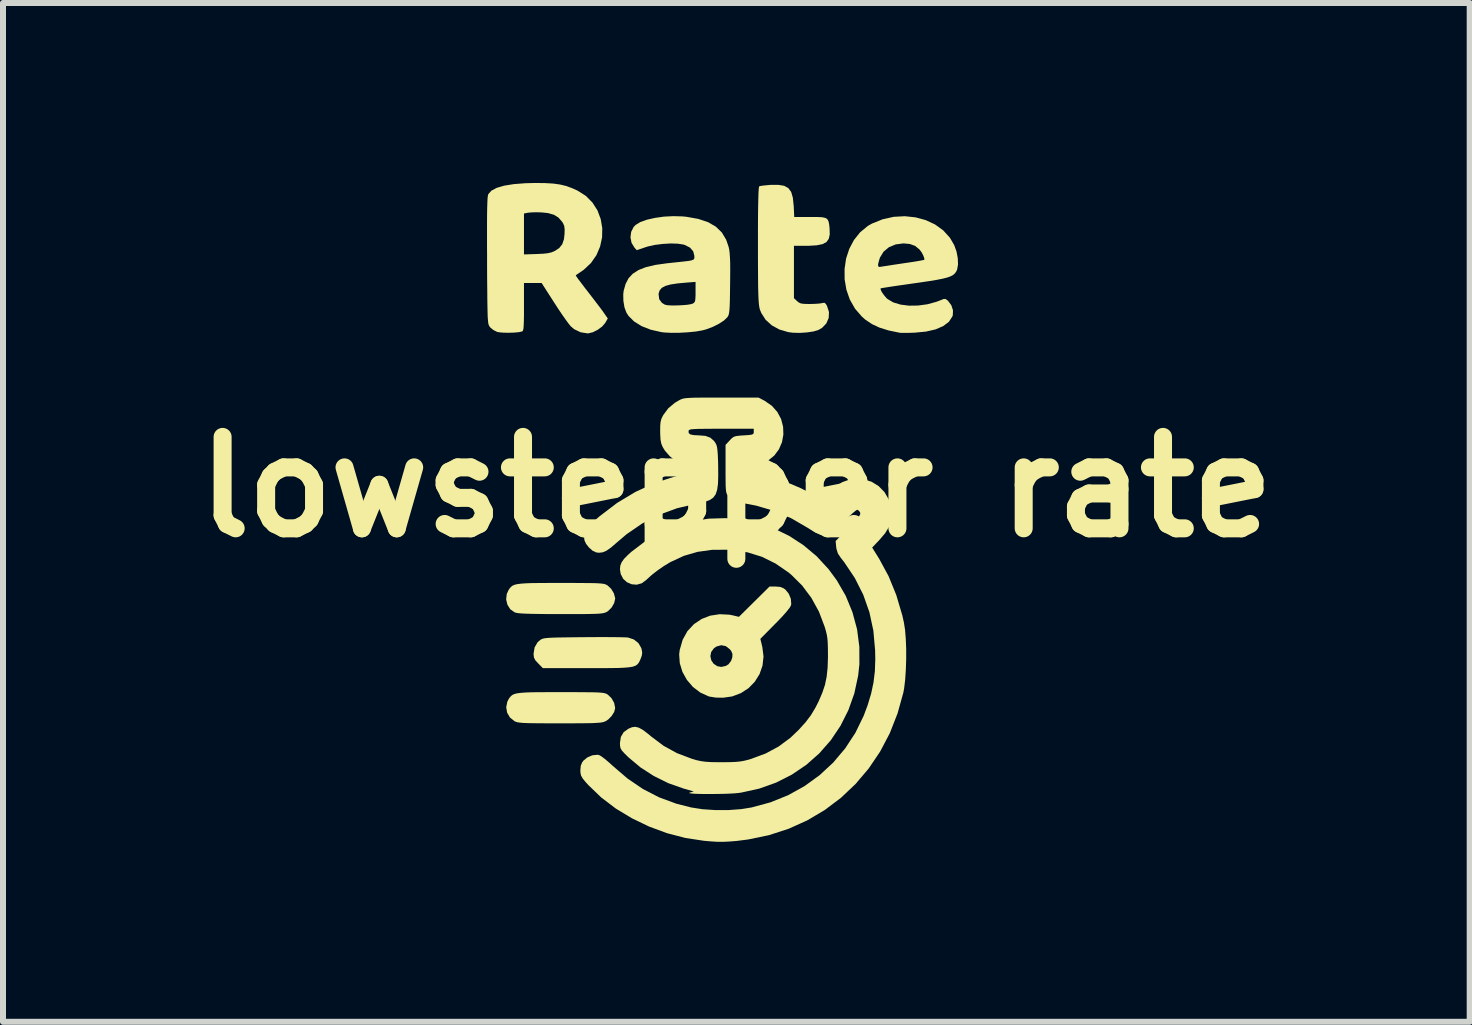
<source format=kicad_pcb>
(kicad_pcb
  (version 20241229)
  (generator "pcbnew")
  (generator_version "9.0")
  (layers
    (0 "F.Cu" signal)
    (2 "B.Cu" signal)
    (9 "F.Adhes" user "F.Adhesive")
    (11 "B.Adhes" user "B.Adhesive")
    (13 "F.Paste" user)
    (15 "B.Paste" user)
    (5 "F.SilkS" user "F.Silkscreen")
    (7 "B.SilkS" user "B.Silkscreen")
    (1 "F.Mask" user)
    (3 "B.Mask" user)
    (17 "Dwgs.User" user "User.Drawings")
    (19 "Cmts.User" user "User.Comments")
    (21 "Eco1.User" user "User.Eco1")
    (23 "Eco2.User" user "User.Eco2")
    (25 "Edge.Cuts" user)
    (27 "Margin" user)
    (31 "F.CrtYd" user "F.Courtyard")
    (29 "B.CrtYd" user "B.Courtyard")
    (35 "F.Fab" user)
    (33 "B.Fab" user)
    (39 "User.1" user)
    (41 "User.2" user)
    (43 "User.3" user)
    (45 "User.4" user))
  (footprint "lowstepper rate"
    (layer "F.Cu")
    (at 9.224 5.067)
    (property "Reference" "lowstepper rate" (at 0 0 0) (layer "F.SilkS") (effects (font (size 1.524 1.524) (thickness 0.3))))
    (attr board_only exclude_from_pos_files exclude_from_bom)
    (fp_poly (pts (xy -2.095 2.503) (xy -1.977 2.504) (xy -1.885 2.506) (xy -1.824 2.508) (xy -1.805 2.51) (xy -1.709 2.542) (xy -1.632 2.603) (xy -1.584 2.686) (xy -1.58 2.702) (xy -1.569 2.76) (xy -1.576 2.812) (xy -1.597 2.869) (xy -1.614 2.906) (xy -1.631 2.936) (xy -1.653 2.961) (xy -1.682 2.98) (xy -1.724 2.995) (xy -1.781 3.005) (xy -1.857 3.012) (xy -1.958 3.017) (xy -2.086 3.019) (xy -2.245 3.02) (xy -2.439 3.02) (xy -3.225 3.02) (xy -3.302 2.942) (xy -3.35 2.89) (xy -3.373 2.845) (xy -3.38 2.791) (xy -3.38 2.781) (xy -3.363 2.675) (xy -3.314 2.59) (xy -3.266 2.548) (xy -3.248 2.538) (xy -3.226 2.529) (xy -3.194 2.522) (xy -3.15 2.517) (xy -3.087 2.513) (xy -3.003 2.51) (xy -2.892 2.508) (xy -2.75 2.506) (xy -2.573 2.504) (xy -2.55 2.504) (xy -2.387 2.503) (xy -2.234 2.502)) (stroke (width 0) (type solid)) (fill yes) (layer "F.SilkS"))
    (fp_poly (pts (xy -2.74 1.6) (xy -2.587 1.601) (xy -2.466 1.602) (xy -2.373 1.603) (xy -2.302 1.606) (xy -2.25 1.61) (xy -2.213 1.615) (xy -2.186 1.622) (xy -2.165 1.631) (xy -2.149 1.64) (xy -2.087 1.697) (xy -2.041 1.774) (xy -2.02 1.854) (xy -2.02 1.863) (xy -2.037 1.937) (xy -2.08 2.011) (xy -2.14 2.07) (xy -2.161 2.083) (xy -2.182 2.093) (xy -2.208 2.101) (xy -2.242 2.107) (xy -2.289 2.112) (xy -2.354 2.115) (xy -2.44 2.117) (xy -2.552 2.119) (xy -2.694 2.119) (xy -2.871 2.119) (xy -2.93 2.119) (xy -3.126 2.119) (xy -3.286 2.117) (xy -3.414 2.115) (xy -3.513 2.112) (xy -3.588 2.108) (xy -3.641 2.103) (xy -3.677 2.096) (xy -3.695 2.09) (xy -3.768 2.039) (xy -3.816 1.963) (xy -3.837 1.875) (xy -3.827 1.784) (xy -3.801 1.726) (xy -3.781 1.694) (xy -3.76 1.669) (xy -3.735 1.648) (xy -3.701 1.632) (xy -3.655 1.62) (xy -3.592 1.612) (xy -3.509 1.606) (xy -3.4 1.602) (xy -3.263 1.601) (xy -3.094 1.6) (xy -2.928 1.6)) (stroke (width 0) (type solid)) (fill yes) (layer "F.SilkS"))
    (fp_poly (pts (xy -2.737 3.42) (xy -2.584 3.421) (xy -2.463 3.422) (xy -2.369 3.423) (xy -2.298 3.426) (xy -2.246 3.43) (xy -2.208 3.435) (xy -2.181 3.442) (xy -2.16 3.451) (xy -2.144 3.461) (xy -2.082 3.519) (xy -2.037 3.599) (xy -2.02 3.685) (xy -2.02 3.686) (xy -2.036 3.75) (xy -2.079 3.818) (xy -2.137 3.877) (xy -2.18 3.905) (xy -2.203 3.914) (xy -2.23 3.922) (xy -2.268 3.928) (xy -2.32 3.932) (xy -2.391 3.936) (xy -2.485 3.938) (xy -2.605 3.939) (xy -2.758 3.94) (xy -2.94 3.94) (xy -3.127 3.94) (xy -3.277 3.939) (xy -3.396 3.938) (xy -3.488 3.936) (xy -3.558 3.933) (xy -3.609 3.928) (xy -3.646 3.923) (xy -3.673 3.915) (xy -3.695 3.906) (xy -3.699 3.903) (xy -3.774 3.843) (xy -3.821 3.762) (xy -3.836 3.672) (xy -3.818 3.581) (xy -3.801 3.546) (xy -3.781 3.514) (xy -3.76 3.489) (xy -3.735 3.468) (xy -3.702 3.452) (xy -3.655 3.44) (xy -3.593 3.432) (xy -3.509 3.426) (xy -3.401 3.422) (xy -3.265 3.421) (xy -3.096 3.42) (xy -2.926 3.42)) (stroke (width 0) (type solid)) (fill yes) (layer "F.SilkS"))
    (fp_poly (pts (xy 0.73 1.666) (xy 0.784 1.687) (xy 0.818 1.711) (xy 0.873 1.779) (xy 0.908 1.863) (xy 0.915 1.948) (xy 0.911 1.973) (xy 0.891 2.01) (xy 0.844 2.07) (xy 0.775 2.149) (xy 0.685 2.244) (xy 0.648 2.281) (xy 0.4 2.532) (xy 0.433 2.668) (xy 0.453 2.826) (xy 0.436 2.978) (xy 0.387 3.119) (xy 0.308 3.246) (xy 0.203 3.354) (xy 0.075 3.437) (xy -0.071 3.492) (xy -0.22 3.513) (xy -0.341 3.511) (xy -0.443 3.495) (xy -0.463 3.49) (xy -0.603 3.426) (xy -0.725 3.332) (xy -0.825 3.215) (xy -0.899 3.082) (xy -0.943 2.937) (xy -0.951 2.82) (xy -0.433 2.82) (xy -0.418 2.889) (xy -0.378 2.948) (xy -0.316 2.988) (xy -0.25 3) (xy -0.173 2.982) (xy -0.13 2.955) (xy -0.087 2.898) (xy -0.067 2.839) (xy -0.065 2.783) (xy -0.085 2.736) (xy -0.11 2.704) (xy -0.176 2.653) (xy -0.252 2.638) (xy -0.33 2.659) (xy -0.373 2.688) (xy -0.419 2.75) (xy -0.433 2.82) (xy -0.951 2.82) (xy -0.953 2.789) (xy -0.944 2.717) (xy -0.895 2.547) (xy -0.816 2.404) (xy -0.707 2.287) (xy -0.578 2.2) (xy -0.435 2.145) (xy -0.277 2.121) (xy -0.117 2.129) (xy -0.06 2.14) (xy 0.043 2.165) (xy 0.553 1.66) (xy 0.655 1.66)) (stroke (width 0) (type solid)) (fill yes) (layer "F.SilkS"))
    (fp_poly (pts (xy 0.797 -5.02) (xy 0.867 -4.981) (xy 0.914 -4.917) (xy 0.942 -4.821) (xy 0.955 -4.692) (xy 0.956 -4.689) (xy 0.965 -4.5) (xy 1.232 -4.5) (xy 1.348 -4.5) (xy 1.43 -4.496) (xy 1.485 -4.484) (xy 1.518 -4.462) (xy 1.537 -4.426) (xy 1.548 -4.37) (xy 1.554 -4.309) (xy 1.557 -4.211) (xy 1.541 -4.137) (xy 1.503 -4.083) (xy 1.437 -4.048) (xy 1.341 -4.028) (xy 1.21 -4.02) (xy 1.171 -4.02) (xy 0.96 -4.02) (xy 0.96 -3.147) (xy 1.012 -3.098) (xy 1.042 -3.074) (xy 1.076 -3.059) (xy 1.125 -3.052) (xy 1.2 -3.05) (xy 1.227 -3.05) (xy 1.309 -3.052) (xy 1.381 -3.057) (xy 1.428 -3.064) (xy 1.434 -3.066) (xy 1.467 -3.071) (xy 1.492 -3.051) (xy 1.512 -3.016) (xy 1.544 -2.915) (xy 1.539 -2.816) (xy 1.5 -2.726) (xy 1.429 -2.652) (xy 1.368 -2.617) (xy 1.286 -2.592) (xy 1.178 -2.576) (xy 1.059 -2.568) (xy 0.942 -2.571) (xy 0.865 -2.581) (xy 0.718 -2.624) (xy 0.59 -2.694) (xy 0.487 -2.788) (xy 0.415 -2.901) (xy 0.391 -2.962) (xy 0.384 -2.992) (xy 0.378 -3.031) (xy 0.373 -3.081) (xy 0.369 -3.146) (xy 0.366 -3.231) (xy 0.363 -3.339) (xy 0.362 -3.472) (xy 0.361 -3.635) (xy 0.36 -3.832) (xy 0.36 -4.032) (xy 0.36 -4.28) (xy 0.361 -4.489) (xy 0.363 -4.661) (xy 0.366 -4.797) (xy 0.369 -4.899) (xy 0.373 -4.967) (xy 0.378 -5.004) (xy 0.382 -5.011) (xy 0.411 -5.019) (xy 0.469 -5.026) (xy 0.545 -5.033) (xy 0.567 -5.035) (xy 0.698 -5.036)) (stroke (width 0) (type solid)) (fill yes) (layer "F.SilkS"))
    (fp_poly (pts (xy 2.987 -4.494) (xy 3.157 -4.448) (xy 3.313 -4.375) (xy 3.448 -4.277) (xy 3.56 -4.154) (xy 3.632 -4.03) (xy 3.67 -3.924) (xy 3.691 -3.813) (xy 3.695 -3.709) (xy 3.68 -3.623) (xy 3.663 -3.587) (xy 3.641 -3.558) (xy 3.612 -3.533) (xy 3.571 -3.511) (xy 3.516 -3.491) (xy 3.44 -3.472) (xy 3.34 -3.452) (xy 3.212 -3.431) (xy 3.051 -3.407) (xy 2.93 -3.39) (xy 2.791 -3.37) (xy 2.665 -3.352) (xy 2.558 -3.336) (xy 2.476 -3.323) (xy 2.422 -3.314) (xy 2.404 -3.31) (xy 2.406 -3.287) (xy 2.427 -3.245) (xy 2.462 -3.196) (xy 2.501 -3.15) (xy 2.52 -3.133) (xy 2.614 -3.077) (xy 2.736 -3.04) (xy 2.876 -3.022) (xy 3.028 -3.024) (xy 3.184 -3.045) (xy 3.334 -3.086) (xy 3.405 -3.113) (xy 3.455 -3.133) (xy 3.485 -3.134) (xy 3.515 -3.114) (xy 3.531 -3.099) (xy 3.584 -3.028) (xy 3.611 -2.944) (xy 3.608 -2.862) (xy 3.6 -2.841) (xy 3.543 -2.753) (xy 3.449 -2.682) (xy 3.322 -2.627) (xy 3.163 -2.59) (xy 2.975 -2.572) (xy 2.883 -2.569) (xy 2.801 -2.568) (xy 2.741 -2.569) (xy 2.72 -2.571) (xy 2.537 -2.609) (xy 2.386 -2.656) (xy 2.26 -2.715) (xy 2.15 -2.789) (xy 2.093 -2.839) (xy 1.977 -2.973) (xy 1.891 -3.125) (xy 1.834 -3.289) (xy 1.805 -3.461) (xy 1.804 -3.635) (xy 1.811 -3.681) (xy 2.363 -3.681) (xy 2.379 -3.668) (xy 2.415 -3.671) (xy 2.415 -3.671) (xy 2.453 -3.678) (xy 2.523 -3.688) (xy 2.616 -3.703) (xy 2.724 -3.719) (xy 2.797 -3.73) (xy 2.907 -3.746) (xy 3.002 -3.761) (xy 3.076 -3.774) (xy 3.121 -3.783) (xy 3.133 -3.786) (xy 3.133 -3.811) (xy 3.117 -3.856) (xy 3.09 -3.908) (xy 3.058 -3.952) (xy 3.054 -3.957) (xy 2.98 -4.018) (xy 2.892 -4.05) (xy 2.786 -4.06) (xy 2.655 -4.043) (xy 2.543 -3.996) (xy 2.454 -3.922) (xy 2.394 -3.824) (xy 2.381 -3.784) (xy 2.364 -3.718) (xy 2.363 -3.681) (xy 1.811 -3.681) (xy 1.829 -3.806) (xy 1.882 -3.968) (xy 1.96 -4.116) (xy 2.064 -4.246) (xy 2.192 -4.351) (xy 2.26 -4.39) (xy 2.439 -4.462) (xy 2.623 -4.503) (xy 2.808 -4.513)) (stroke (width 0) (type solid)) (fill yes) (layer "F.SilkS"))
    (fp_poly (pts (xy -0.898 -4.51) (xy -0.829 -4.503) (xy -0.634 -4.468) (xy -0.472 -4.414) (xy -0.342 -4.339) (xy -0.242 -4.242) (xy -0.17 -4.122) (xy -0.13 -4.006) (xy -0.119 -3.958) (xy -0.112 -3.902) (xy -0.107 -3.832) (xy -0.103 -3.743) (xy -0.102 -3.628) (xy -0.103 -3.483) (xy -0.104 -3.382) (xy -0.106 -3.227) (xy -0.108 -3.107) (xy -0.111 -3.016) (xy -0.115 -2.95) (xy -0.121 -2.904) (xy -0.128 -2.871) (xy -0.138 -2.848) (xy -0.15 -2.829) (xy -0.151 -2.828) (xy -0.207 -2.774) (xy -0.292 -2.719) (xy -0.394 -2.668) (xy -0.503 -2.627) (xy -0.566 -2.61) (xy -0.675 -2.591) (xy -0.807 -2.578) (xy -0.948 -2.57) (xy -1.084 -2.569) (xy -1.202 -2.575) (xy -1.249 -2.581) (xy -1.427 -2.621) (xy -1.58 -2.681) (xy -1.705 -2.759) (xy -1.798 -2.852) (xy -1.833 -2.907) (xy -1.865 -2.994) (xy -1.883 -3.102) (xy -1.885 -3.211) (xy -1.885 -3.211) (xy -1.296 -3.211) (xy -1.286 -3.13) (xy -1.24 -3.068) (xy -1.19 -3.038) (xy -1.147 -3.029) (xy -1.076 -3.025) (xy -0.989 -3.026) (xy -0.898 -3.03) (xy -0.815 -3.037) (xy -0.752 -3.048) (xy -0.725 -3.057) (xy -0.703 -3.072) (xy -0.689 -3.095) (xy -0.683 -3.135) (xy -0.68 -3.201) (xy -0.68 -3.25) (xy -0.68 -3.418) (xy -0.825 -3.407) (xy -0.979 -3.393) (xy -1.097 -3.375) (xy -1.183 -3.351) (xy -1.242 -3.319) (xy -1.278 -3.278) (xy -1.295 -3.226) (xy -1.296 -3.211) (xy -1.885 -3.211) (xy -1.879 -3.267) (xy -1.847 -3.382) (xy -1.798 -3.477) (xy -1.727 -3.554) (xy -1.631 -3.616) (xy -1.507 -3.664) (xy -1.351 -3.701) (xy -1.159 -3.728) (xy -1.121 -3.732) (xy -0.982 -3.747) (xy -0.877 -3.758) (xy -0.801 -3.767) (xy -0.751 -3.776) (xy -0.721 -3.787) (xy -0.705 -3.799) (xy -0.7 -3.816) (xy -0.7 -3.838) (xy -0.7 -3.852) (xy -0.719 -3.928) (xy -0.773 -3.99) (xy -0.86 -4.034) (xy -0.883 -4.041) (xy -0.976 -4.055) (xy -1.094 -4.059) (xy -1.225 -4.051) (xy -1.356 -4.035) (xy -1.474 -4.009) (xy -1.515 -3.996) (xy -1.66 -3.947) (xy -1.698 -3.989) (xy -1.747 -4.069) (xy -1.765 -4.161) (xy -1.753 -4.253) (xy -1.711 -4.335) (xy -1.678 -4.368) (xy -1.6 -4.416) (xy -1.49 -4.455) (xy -1.356 -4.485) (xy -1.208 -4.506) (xy -1.052 -4.514)) (stroke (width 0) (type solid)) (fill yes) (layer "F.SilkS"))
    (fp_poly (pts (xy -3.185 -5.065) (xy -3.05 -5.057) (xy -2.937 -5.041) (xy -2.834 -5.016) (xy -2.734 -4.979) (xy -2.648 -4.94) (xy -2.509 -4.852) (xy -2.398 -4.74) (xy -2.315 -4.61) (xy -2.261 -4.466) (xy -2.235 -4.315) (xy -2.238 -4.16) (xy -2.271 -4.008) (xy -2.332 -3.864) (xy -2.424 -3.732) (xy -2.545 -3.619) (xy -2.578 -3.596) (xy -2.63 -3.561) (xy -2.666 -3.536) (xy -2.677 -3.528) (xy -2.668 -3.511) (xy -2.638 -3.468) (xy -2.59 -3.405) (xy -2.53 -3.325) (xy -2.476 -3.256) (xy -2.402 -3.16) (xy -2.331 -3.067) (xy -2.269 -2.986) (xy -2.223 -2.924) (xy -2.206 -2.899) (xy -2.143 -2.808) (xy -2.186 -2.734) (xy -2.236 -2.675) (xy -2.31 -2.62) (xy -2.392 -2.579) (xy -2.469 -2.56) (xy -2.479 -2.56) (xy -2.595 -2.578) (xy -2.702 -2.629) (xy -2.76 -2.678) (xy -2.793 -2.718) (xy -2.843 -2.786) (xy -2.904 -2.873) (xy -2.972 -2.974) (xy -3.038 -3.076) (xy -3.246 -3.4) (xy -3.54 -3.4) (xy -3.54 -3.002) (xy -3.54 -2.864) (xy -3.542 -2.761) (xy -3.545 -2.687) (xy -3.549 -2.638) (xy -3.556 -2.61) (xy -3.565 -2.595) (xy -3.571 -2.593) (xy -3.625 -2.58) (xy -3.706 -2.573) (xy -3.798 -2.57) (xy -3.887 -2.572) (xy -3.96 -2.579) (xy -3.988 -2.585) (xy -4.05 -2.616) (xy -4.102 -2.659) (xy -4.108 -2.666) (xy -4.117 -2.68) (xy -4.125 -2.695) (xy -4.132 -2.715) (xy -4.137 -2.744) (xy -4.141 -2.786) (xy -4.145 -2.842) (xy -4.147 -2.917) (xy -4.149 -3.014) (xy -4.151 -3.136) (xy -4.152 -3.288) (xy -4.154 -3.471) (xy -4.155 -3.69) (xy -4.155 -3.776) (xy -4.155 -3.876) (xy -3.54 -3.876) (xy -3.325 -3.883) (xy -3.217 -3.888) (xy -3.138 -3.897) (xy -3.08 -3.911) (xy -3.032 -3.931) (xy -3.031 -3.931) (xy -2.952 -3.983) (xy -2.902 -4.046) (xy -2.874 -4.128) (xy -2.864 -4.216) (xy -2.862 -4.294) (xy -2.868 -4.347) (xy -2.886 -4.391) (xy -2.903 -4.419) (xy -2.965 -4.49) (xy -3.04 -4.537) (xy -3.139 -4.565) (xy -3.241 -4.576) (xy -3.327 -4.579) (xy -3.408 -4.577) (xy -3.465 -4.572) (xy -3.469 -4.572) (xy -3.54 -4.558) (xy -3.54 -3.876) (xy -4.155 -3.876) (xy -4.156 -4.022) (xy -4.156 -4.231) (xy -4.156 -4.405) (xy -4.155 -4.547) (xy -4.153 -4.66) (xy -4.15 -4.747) (xy -4.147 -4.81) (xy -4.142 -4.852) (xy -4.136 -4.877) (xy -4.135 -4.88) (xy -4.084 -4.938) (xy -3.996 -4.985) (xy -3.871 -5.022) (xy -3.71 -5.048) (xy -3.516 -5.063) (xy -3.35 -5.067)) (stroke (width 0) (type solid)) (fill yes) (layer "F.SilkS"))
    (fp_poly (pts (xy 0.095 0.545) (xy 0.366 0.603) (xy 0.629 0.693) (xy 0.881 0.816) (xy 1.118 0.97) (xy 1.338 1.154) (xy 1.537 1.37) (xy 1.674 1.556) (xy 1.823 1.814) (xy 1.935 2.087) (xy 2.012 2.371) (xy 2.05 2.662) (xy 2.051 2.955) (xy 2.031 3.142) (xy 1.967 3.44) (xy 1.867 3.721) (xy 1.735 3.983) (xy 1.573 4.224) (xy 1.382 4.441) (xy 1.166 4.632) (xy 0.925 4.795) (xy 0.663 4.928) (xy 0.382 5.028) (xy 0.084 5.094) (xy 0.05 5.099) (xy -0.014 5.106) (xy -0.098 5.111) (xy -0.196 5.115) (xy -0.303 5.117) (xy -0.412 5.118) (xy -0.517 5.118) (xy -0.613 5.117) (xy -0.693 5.114) (xy -0.753 5.109) (xy -0.785 5.104) (xy -0.784 5.097) (xy -0.78 5.096) (xy -0.71 5.076) (xy -0.88 5.027) (xy -1.133 4.938) (xy -1.376 4.818) (xy -1.6 4.673) (xy -1.797 4.508) (xy -1.805 4.5) (xy -1.868 4.438) (xy -1.908 4.394) (xy -1.929 4.358) (xy -1.938 4.322) (xy -1.94 4.276) (xy -1.94 4.267) (xy -1.925 4.166) (xy -1.878 4.087) (xy -1.799 4.03) (xy -1.739 4.005) (xy -1.683 3.998) (xy -1.624 4.013) (xy -1.556 4.051) (xy -1.472 4.115) (xy -1.417 4.161) (xy -1.212 4.315) (xy -0.99 4.437) (xy -0.744 4.53) (xy -0.667 4.553) (xy -0.596 4.569) (xy -0.519 4.58) (xy -0.426 4.586) (xy -0.308 4.588) (xy -0.23 4.588) (xy -0.106 4.587) (xy -0.012 4.583) (xy 0.063 4.576) (xy 0.13 4.564) (xy 0.199 4.547) (xy 0.246 4.533) (xy 0.488 4.443) (xy 0.704 4.327) (xy 0.901 4.181) (xy 1.041 4.047) (xy 1.153 3.923) (xy 1.242 3.806) (xy 1.317 3.681) (xy 1.371 3.575) (xy 1.432 3.433) (xy 1.477 3.3) (xy 1.505 3.165) (xy 1.521 3.016) (xy 1.527 2.841) (xy 1.527 2.81) (xy 1.526 2.688) (xy 1.523 2.594) (xy 1.517 2.52) (xy 1.506 2.455) (xy 1.489 2.387) (xy 1.472 2.33) (xy 1.377 2.079) (xy 1.25 1.848) (xy 1.095 1.641) (xy 0.914 1.462) (xy 0.871 1.426) (xy 0.654 1.277) (xy 0.429 1.165) (xy 0.191 1.091) (xy -0.065 1.051) (xy -0.145 1.046) (xy -0.406 1.048) (xy -0.647 1.082) (xy -0.874 1.148) (xy -1.092 1.249) (xy -1.097 1.251) (xy -1.203 1.315) (xy -1.312 1.39) (xy -1.411 1.467) (xy -1.488 1.537) (xy -1.499 1.548) (xy -1.575 1.605) (xy -1.66 1.629) (xy -1.745 1.622) (xy -1.824 1.588) (xy -1.887 1.53) (xy -1.928 1.45) (xy -1.94 1.372) (xy -1.934 1.311) (xy -1.912 1.255) (xy -1.87 1.196) (xy -1.802 1.128) (xy -1.751 1.082) (xy -1.515 0.902) (xy -1.264 0.756) (xy -1.002 0.646) (xy -0.732 0.57) (xy -0.457 0.528) (xy -0.18 0.52)) (stroke (width 0) (type solid)) (fill yes) (layer "F.SilkS"))
    (fp_poly (pts (xy 0.472 -1.436) (xy 0.592 -1.353) (xy 0.683 -1.25) (xy 0.746 -1.132) (xy 0.779 -1.005) (xy 0.784 -0.875) (xy 0.761 -0.747) (xy 0.71 -0.628) (xy 0.632 -0.523) (xy 0.526 -0.437) (xy 0.427 -0.388) (xy 0.373 -0.364) (xy 0.348 -0.34) (xy 0.34 -0.303) (xy 0.34 -0.29) (xy 0.341 -0.259) (xy 0.35 -0.238) (xy 0.374 -0.221) (xy 0.42 -0.206) (xy 0.495 -0.186) (xy 0.515 -0.181) (xy 0.696 -0.128) (xy 0.887 -0.059) (xy 1.073 0.02) (xy 1.235 0.102) (xy 1.248 0.11) (xy 1.319 0.149) (xy 1.376 0.18) (xy 1.41 0.198) (xy 1.417 0.2) (xy 1.435 0.187) (xy 1.474 0.153) (xy 1.527 0.103) (xy 1.549 0.083) (xy 1.661 -0.015) (xy 1.766 -0.08) (xy 1.872 -0.119) (xy 1.972 -0.135) (xy 2.119 -0.128) (xy 2.254 -0.087) (xy 2.372 -0.014) (xy 2.469 0.085) (xy 2.539 0.206) (xy 2.58 0.345) (xy 2.587 0.44) (xy 2.577 0.56) (xy 2.542 0.668) (xy 2.479 0.773) (xy 2.383 0.885) (xy 2.382 0.886) (xy 2.264 1.01) (xy 2.382 1.2) (xy 2.538 1.488) (xy 2.666 1.802) (xy 2.767 2.143) (xy 2.793 2.26) (xy 2.812 2.38) (xy 2.824 2.529) (xy 2.831 2.697) (xy 2.831 2.874) (xy 2.825 3.049) (xy 2.814 3.213) (xy 2.797 3.355) (xy 2.784 3.427) (xy 2.687 3.775) (xy 2.558 4.104) (xy 2.397 4.41) (xy 2.206 4.693) (xy 1.988 4.95) (xy 1.744 5.181) (xy 1.475 5.384) (xy 1.185 5.556) (xy 0.873 5.697) (xy 0.544 5.804) (xy 0.197 5.876) (xy 0.01 5.9) (xy -0.114 5.91) (xy -0.217 5.915) (xy -0.315 5.915) (xy -0.424 5.908) (xy -0.539 5.898) (xy -0.849 5.851) (xy -1.156 5.771) (xy -1.456 5.66) (xy -1.742 5.522) (xy -2.01 5.36) (xy -2.253 5.175) (xy -2.466 4.97) (xy -2.517 4.914) (xy -2.564 4.855) (xy -2.589 4.809) (xy -2.599 4.759) (xy -2.6 4.72) (xy -2.593 4.645) (xy -2.569 4.589) (xy -2.549 4.562) (xy -2.483 4.508) (xy -2.401 4.473) (xy -2.318 4.464) (xy -2.29 4.468) (xy -2.255 4.487) (xy -2.199 4.528) (xy -2.131 4.585) (xy -2.059 4.65) (xy -1.813 4.861) (xy -1.557 5.035) (xy -1.289 5.173) (xy -1.002 5.279) (xy -0.755 5.342) (xy -0.563 5.372) (xy -0.35 5.386) (xy -0.13 5.386) (xy 0.082 5.37) (xy 0.255 5.342) (xy 0.568 5.257) (xy 0.863 5.138) (xy 1.137 4.986) (xy 1.388 4.804) (xy 1.615 4.594) (xy 1.814 4.358) (xy 1.985 4.097) (xy 2.123 3.813) (xy 2.188 3.639) (xy 2.247 3.444) (xy 2.286 3.26) (xy 2.309 3.072) (xy 2.316 2.869) (xy 2.313 2.72) (xy 2.284 2.396) (xy 2.218 2.088) (xy 2.115 1.796) (xy 1.975 1.518) (xy 1.798 1.254) (xy 1.743 1.184) (xy 1.693 1.11) (xy 1.669 1.034) (xy 1.664 1) (xy 1.655 0.901) (xy 1.869 0.681) (xy 1.951 0.596) (xy 2.008 0.535) (xy 2.044 0.491) (xy 2.062 0.461) (xy 2.066 0.439) (xy 2.061 0.421) (xy 2.034 0.389) (xy 2.014 0.38) (xy 1.991 0.394) (xy 1.947 0.43) (xy 1.887 0.485) (xy 1.818 0.553) (xy 1.81 0.561) (xy 1.704 0.665) (xy 1.617 0.738) (xy 1.543 0.784) (xy 1.474 0.803) (xy 1.404 0.796) (xy 1.327 0.765) (xy 1.236 0.711) (xy 1.199 0.687) (xy 0.921 0.525) (xy 0.63 0.399) (xy 0.329 0.311) (xy 0.212 0.288) (xy 0.098 0.267) (xy 0.015 0.247) (xy -0.044 0.225) (xy -0.087 0.199) (xy -0.123 0.164) (xy -0.13 0.156) (xy -0.147 0.135) (xy -0.16 0.113) (xy -0.169 0.086) (xy -0.174 0.045) (xy -0.178 -0.013) (xy -0.179 -0.095) (xy -0.18 -0.208) (xy -0.18 -0.302) (xy -0.18 -0.701) (xy -0.112 -0.775) (xy -0.076 -0.812) (xy -0.044 -0.835) (xy -0.005 -0.848) (xy 0.053 -0.855) (xy 0.123 -0.86) (xy 0.205 -0.865) (xy 0.254 -0.872) (xy 0.279 -0.882) (xy 0.289 -0.898) (xy 0.29 -0.92) (xy 0.29 -0.97) (xy -0.25 -0.97) (xy -0.411 -0.97) (xy -0.536 -0.969) (xy -0.631 -0.968) (xy -0.699 -0.965) (xy -0.745 -0.962) (xy -0.773 -0.956) (xy -0.788 -0.949) (xy -0.795 -0.939) (xy -0.797 -0.932) (xy -0.794 -0.898) (xy -0.766 -0.875) (xy -0.708 -0.864) (xy -0.623 -0.86) (xy -0.514 -0.851) (xy -0.433 -0.821) (xy -0.372 -0.767) (xy -0.348 -0.732) (xy -0.333 -0.703) (xy -0.322 -0.665) (xy -0.315 -0.612) (xy -0.309 -0.537) (xy -0.305 -0.434) (xy -0.303 -0.348) (xy -0.302 -0.183) (xy -0.306 -0.052) (xy -0.32 0.048) (xy -0.345 0.123) (xy -0.385 0.178) (xy -0.443 0.218) (xy -0.521 0.247) (xy -0.623 0.27) (xy -0.667 0.279) (xy -0.989 0.355) (xy -1.289 0.465) (xy -1.569 0.609) (xy -1.83 0.788) (xy -1.998 0.931) (xy -2.091 1.011) (xy -2.165 1.063) (xy -2.23 1.09) (xy -2.292 1.097) (xy -2.339 1.09) (xy -2.396 1.063) (xy -2.455 1.011) (xy -2.505 0.948) (xy -2.532 0.89) (xy -2.539 0.826) (xy -2.525 0.763) (xy -2.488 0.696) (xy -2.424 0.621) (xy -2.33 0.532) (xy -2.275 0.485) (xy -1.986 0.265) (xy -1.681 0.082) (xy -1.363 -0.064) (xy -1.03 -0.173) (xy -0.965 -0.189) (xy -0.891 -0.208) (xy -0.848 -0.223) (xy -0.827 -0.24) (xy -0.821 -0.265) (xy -0.82 -0.287) (xy -0.824 -0.326) (xy -0.841 -0.351) (xy -0.882 -0.372) (xy -0.918 -0.386) (xy -1.015 -0.436) (xy -1.109 -0.512) (xy -1.19 -0.604) (xy -1.23 -0.67) (xy -1.252 -0.725) (xy -1.264 -0.79) (xy -1.269 -0.878) (xy -1.27 -0.93) (xy -1.269 -1.021) (xy -1.263 -1.085) (xy -1.25 -1.134) (xy -1.228 -1.181) (xy -1.215 -1.203) (xy -1.133 -1.313) (xy -1.025 -1.403) (xy -0.952 -1.446) (xy -0.928 -1.458) (xy -0.903 -1.468) (xy -0.872 -1.476) (xy -0.831 -1.481) (xy -0.776 -1.485) (xy -0.7 -1.488) (xy -0.601 -1.489) (xy -0.472 -1.49) (xy -0.31 -1.49) (xy -0.25 -1.49) (xy 0.37 -1.49)) (stroke (width 0) (type solid)) (fill yes) (layer "F.SilkS")))
  (gr_rect
    (start -3 -3)
    (end 21.448 13.982)
    (stroke (width 0.1) (type default))
    (fill no)
    (layer "Edge.Cuts")))
</source>
